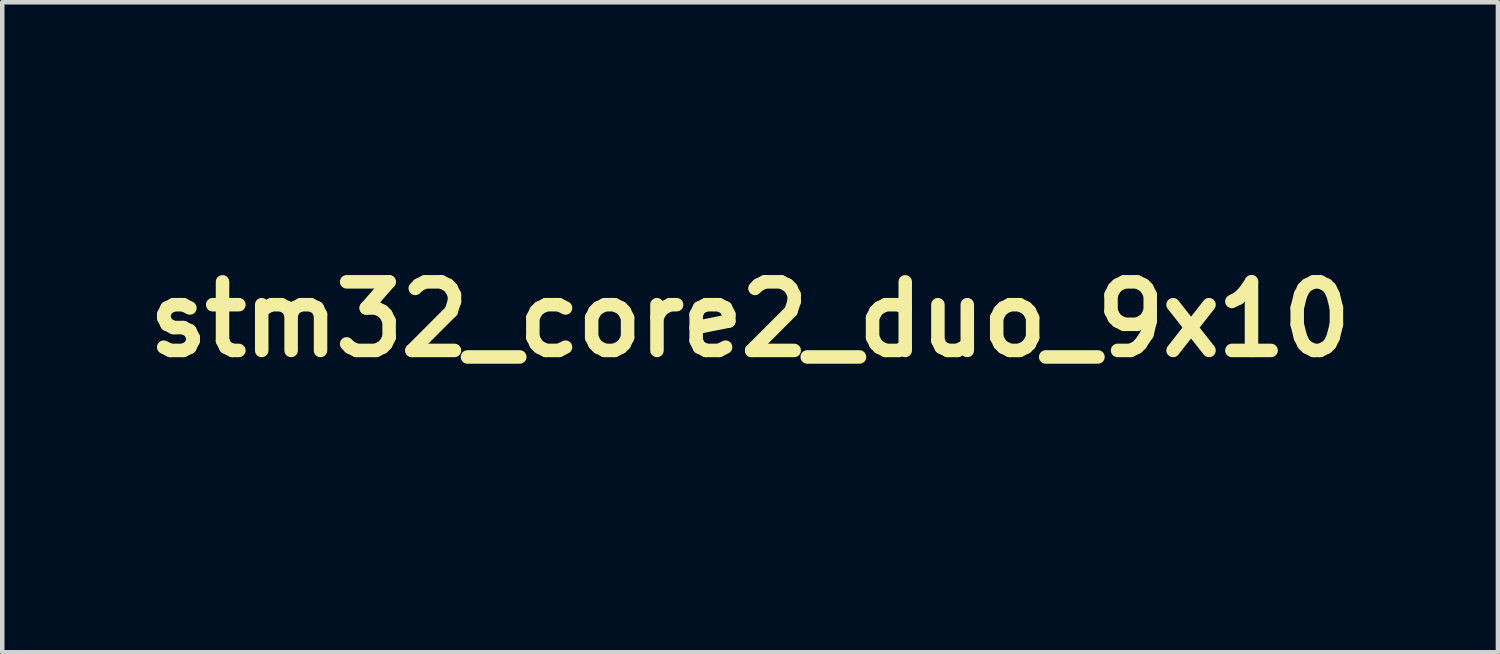
<source format=kicad_pcb>
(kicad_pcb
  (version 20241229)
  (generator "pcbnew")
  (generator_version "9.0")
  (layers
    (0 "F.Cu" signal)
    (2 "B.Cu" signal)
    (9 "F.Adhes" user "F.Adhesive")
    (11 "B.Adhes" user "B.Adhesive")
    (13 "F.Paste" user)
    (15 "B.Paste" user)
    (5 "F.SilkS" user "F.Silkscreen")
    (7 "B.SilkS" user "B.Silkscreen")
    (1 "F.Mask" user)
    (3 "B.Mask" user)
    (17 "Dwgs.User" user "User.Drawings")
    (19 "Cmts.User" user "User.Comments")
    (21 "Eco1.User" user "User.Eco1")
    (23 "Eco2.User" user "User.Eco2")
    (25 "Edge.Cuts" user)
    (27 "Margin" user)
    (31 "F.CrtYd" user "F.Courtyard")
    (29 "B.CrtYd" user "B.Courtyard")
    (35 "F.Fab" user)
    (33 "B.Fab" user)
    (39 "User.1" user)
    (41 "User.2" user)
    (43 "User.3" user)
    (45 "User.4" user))
  (footprint "stm32_core2_duo_9x10"
    (layer "F.Cu")
    (at 13.614 4.046)
    (property "Reference" "stm32_core2_duo_9x10" (at 0 0 0) (layer "F.SilkS") (effects (font (size 1.524 1.524) (thickness 0.3))))
    (attr through_hole)
    (fp_poly (pts (xy -2.116 -2.982) (xy -2.112 -2.926) (xy -2.119 -2.913) (xy -2.135 -2.924) (xy -2.138 -2.96) (xy -2.129 -2.999) (xy -2.116 -2.982)) (stroke (width 0.01) (type solid)) (fill yes) (layer "F.Mask"))
    (fp_poly (pts (xy 2.889 3.458) (xy 2.902 3.465) (xy 2.924 3.508) (xy 2.919 3.522) (xy 2.865 3.554) (xy 2.799 3.542) (xy 2.776 3.519) (xy 2.781 3.481) (xy 2.829 3.456) (xy 2.889 3.458)) (stroke (width 0.01) (type solid)) (fill yes) (layer "F.Mask"))
    (fp_poly (pts (xy 2.461 3.456) (xy 2.479 3.496) (xy 2.474 3.574) (xy 2.456 3.661) (xy 2.417 3.696) (xy 2.369 3.701) (xy 2.304 3.691) (xy 2.293 3.647) (xy 2.299 3.619) (xy 2.317 3.535) (xy 2.322 3.493) (xy 2.353 3.457) (xy 2.406 3.447) (xy 2.461 3.456)) (stroke (width 0.01) (type solid)) (fill yes) (layer "F.Mask"))
    (fp_poly (pts (xy 0.493 0.849) (xy 0.502 0.89) (xy 0.475 0.927) (xy 0.443 0.987) (xy 0.425 1.052) (xy 0.414 1.102) (xy 0.408 1.087) (xy 0.404 1.025) (xy 0.391 0.945) (xy 0.366 0.907) (xy 0.363 0.907) (xy 0.328 0.88) (xy 0.327 0.871) (xy 0.358 0.844) (xy 0.417 0.835) (xy 0.493 0.849)) (stroke (width 0.01) (type solid)) (fill yes) (layer "F.Mask"))
    (fp_poly (pts (xy -0.834 1.022) (xy -0.791 1.055) (xy -0.756 1.074) (xy -0.682 1.05) (xy -0.576 1.023) (xy -0.503 1.046) (xy -0.477 1.113) (xy -0.478 1.133) (xy -0.51 1.196) (xy -0.594 1.237) (xy -0.625 1.245) (xy -0.76 1.277) (xy -0.78 2.05) (xy -0.896 2.061) (xy -1.012 2.073) (xy -1.023 1.603) (xy -1.026 1.422) (xy -1.027 1.263) (xy -1.026 1.143) (xy -1.023 1.078) (xy -1.022 1.075) (xy -0.984 1.035) (xy -0.91 1.016) (xy -0.834 1.022)) (stroke (width 0.01) (type solid)) (fill yes) (layer "F.Mask"))
    (fp_poly (pts (xy 0.619 0.865) (xy 0.656 0.912) (xy 0.69 0.965) (xy 0.716 0.956) (xy 0.732 0.931) (xy 0.779 0.876) (xy 0.815 0.889) (xy 0.833 0.966) (xy 0.835 1) (xy 0.826 1.083) (xy 0.802 1.108) (xy 0.798 1.106) (xy 0.778 1.06) (xy 0.785 1.041) (xy 0.789 1.02) (xy 0.76 1.043) (xy 0.693 1.086) (xy 0.656 1.062) (xy 0.65 1.025) (xy 0.642 0.997) (xy 0.624 1.04) (xy 0.622 1.046) (xy 0.595 1.1) (xy 0.571 1.104) (xy 0.549 1.046) (xy 0.546 0.96) (xy 0.56 0.883) (xy 0.579 0.854) (xy 0.619 0.865)) (stroke (width 0.01) (type solid)) (fill yes) (layer "F.Mask"))
    (fp_poly (pts (xy -2.651 2.333) (xy -2.533 2.368) (xy -2.453 2.443) (xy -2.41 2.524) (xy -2.362 2.703) (xy -2.362 2.883) (xy -2.405 3.046) (xy -2.487 3.175) (xy -2.592 3.249) (xy -2.726 3.288) (xy -2.863 3.3) (xy -2.974 3.285) (xy -3.004 3.271) (xy -3.024 3.237) (xy -3.037 3.16) (xy -3.042 3.031) (xy -3.041 2.841) (xy -3.04 2.791) (xy -3.032 2.431) (xy -2.903 2.431) (xy -2.903 3.157) (xy -2.76 3.157) (xy -2.645 3.143) (xy -2.573 3.093) (xy -2.56 3.076) (xy -2.522 2.976) (xy -2.505 2.837) (xy -2.509 2.69) (xy -2.535 2.563) (xy -2.56 2.512) (xy -2.627 2.453) (xy -2.73 2.432) (xy -2.76 2.431) (xy -2.903 2.431) (xy -3.032 2.431) (xy -3.03 2.34) (xy -2.822 2.33) (xy -2.651 2.333)) (stroke (width 0.01) (type solid)) (fill yes) (layer "F.Mask"))
    (fp_poly (pts (xy 1.327 -4.036) (xy 1.6 -4.017) (xy 1.836 -3.981) (xy 2.05 -3.926) (xy 2.26 -3.848) (xy 2.413 -3.778) (xy 2.703 -3.607) (xy 2.929 -3.405) (xy 3.089 -3.174) (xy 3.109 -3.133) (xy 3.165 -2.973) (xy 3.204 -2.786) (xy 3.221 -2.598) (xy 3.215 -2.438) (xy 3.203 -2.383) (xy 3.173 -2.281) (xy 3.126 -2.41) (xy 3.068 -2.531) (xy 2.992 -2.644) (xy 2.99 -2.647) (xy 2.925 -2.748) (xy 2.865 -2.878) (xy 2.848 -2.929) (xy 2.749 -3.142) (xy 2.587 -3.337) (xy 2.372 -3.506) (xy 2.114 -3.641) (xy 2.014 -3.678) (xy 1.752 -3.749) (xy 1.421 -3.805) (xy 1.021 -3.847) (xy 0.555 -3.874) (xy 0.435 -3.878) (xy -0.272 -3.901) (xy 0.073 -3.971) (xy 0.266 -4.004) (xy 0.473 -4.026) (xy 0.714 -4.038) (xy 0.998 -4.041) (xy 1.327 -4.036)) (stroke (width 0.01) (type solid)) (fill yes) (layer "F.Mask"))
    (fp_poly (pts (xy -1.743 2.582) (xy -1.722 2.607) (xy -1.711 2.667) (xy -1.706 2.775) (xy -1.705 2.901) (xy -1.709 3.047) (xy -1.718 3.164) (xy -1.732 3.234) (xy -1.739 3.246) (xy -1.793 3.263) (xy -1.889 3.282) (xy -1.935 3.289) (xy -2.045 3.297) (xy -2.117 3.279) (xy -2.186 3.224) (xy -2.192 3.217) (xy -2.241 3.161) (xy -2.269 3.1) (xy -2.282 3.012) (xy -2.286 2.877) (xy -2.286 2.85) (xy -2.284 2.71) (xy -2.276 2.628) (xy -2.259 2.589) (xy -2.227 2.577) (xy -2.215 2.576) (xy -2.179 2.584) (xy -2.156 2.615) (xy -2.143 2.686) (xy -2.135 2.811) (xy -2.133 2.857) (xy -2.123 3.139) (xy -1.987 3.15) (xy -1.851 3.161) (xy -1.851 2.869) (xy -1.849 2.723) (xy -1.842 2.636) (xy -1.826 2.592) (xy -1.798 2.577) (xy -1.778 2.576) (xy -1.743 2.582)) (stroke (width 0.01) (type solid)) (fill yes) (layer "F.Mask"))
    (fp_poly (pts (xy -1.296 2.554) (xy -1.17 2.603) (xy -1.092 2.697) (xy -1.056 2.843) (xy -1.052 2.927) (xy -1.059 3.056) (xy -1.086 3.142) (xy -1.141 3.212) (xy -1.141 3.213) (xy -1.256 3.288) (xy -1.376 3.291) (xy -1.498 3.223) (xy -1.527 3.196) (xy -1.597 3.109) (xy -1.628 3.016) (xy -1.633 2.921) (xy -1.63 2.882) (xy -1.481 2.882) (xy -1.479 2.997) (xy -1.461 3.084) (xy -1.449 3.105) (xy -1.372 3.15) (xy -1.281 3.148) (xy -1.208 3.101) (xy -1.199 3.087) (xy -1.163 2.97) (xy -1.169 2.853) (xy -1.209 2.754) (xy -1.276 2.688) (xy -1.362 2.674) (xy -1.387 2.681) (xy -1.44 2.714) (xy -1.468 2.779) (xy -1.481 2.882) (xy -1.63 2.882) (xy -1.623 2.8) (xy -1.584 2.712) (xy -1.523 2.642) (xy -1.44 2.571) (xy -1.368 2.547) (xy -1.296 2.554)) (stroke (width 0.01) (type solid)) (fill yes) (layer "F.Mask"))
    (fp_poly (pts (xy -1.432 1.064) (xy -1.311 1.161) (xy -1.257 1.247) (xy -1.208 1.412) (xy -1.198 1.596) (xy -1.226 1.77) (xy -1.28 1.89) (xy -1.406 2.026) (xy -1.553 2.093) (xy -1.72 2.09) (xy -1.839 2.052) (xy -1.948 1.986) (xy -2.019 1.893) (xy -2.058 1.76) (xy -2.072 1.57) (xy -2.072 1.563) (xy -2.072 1.529) (xy -1.837 1.529) (xy -1.831 1.66) (xy -1.792 1.775) (xy -1.771 1.805) (xy -1.697 1.845) (xy -1.601 1.847) (xy -1.517 1.812) (xy -1.489 1.78) (xy -1.467 1.703) (xy -1.453 1.588) (xy -1.451 1.532) (xy -1.471 1.378) (xy -1.529 1.28) (xy -1.619 1.241) (xy -1.685 1.248) (xy -1.76 1.301) (xy -1.812 1.402) (xy -1.837 1.529) (xy -2.072 1.529) (xy -2.07 1.408) (xy -2.055 1.303) (xy -2.022 1.227) (xy -2.005 1.202) (xy -1.881 1.087) (xy -1.734 1.026) (xy -1.578 1.019) (xy -1.432 1.064)) (stroke (width 0.01) (type solid)) (fill yes) (layer "F.Mask"))
    (fp_poly (pts (xy -2.312 0.698) (xy -2.222 0.725) (xy -2.184 0.777) (xy -2.183 0.839) (xy -2.198 0.892) (xy -2.236 0.915) (xy -2.319 0.917) (xy -2.36 0.914) (xy -2.531 0.916) (xy -2.648 0.955) (xy -2.723 1.036) (xy -2.76 1.132) (xy -2.784 1.279) (xy -2.786 1.442) (xy -2.769 1.598) (xy -2.734 1.724) (xy -2.701 1.781) (xy -2.646 1.822) (xy -2.563 1.843) (xy -2.432 1.85) (xy -2.407 1.851) (xy -2.282 1.852) (xy -2.213 1.862) (xy -2.184 1.885) (xy -2.177 1.93) (xy -2.177 1.939) (xy -2.185 2.006) (xy -2.22 2.048) (xy -2.296 2.073) (xy -2.428 2.09) (xy -2.441 2.091) (xy -2.598 2.093) (xy -2.723 2.059) (xy -2.755 2.043) (xy -2.876 1.965) (xy -2.958 1.871) (xy -3.009 1.745) (xy -3.035 1.572) (xy -3.042 1.453) (xy -3.036 1.191) (xy -2.992 0.989) (xy -2.907 0.842) (xy -2.779 0.747) (xy -2.602 0.698) (xy -2.462 0.69) (xy -2.312 0.698)) (stroke (width 0.01) (type solid)) (fill yes) (layer "F.Mask"))
    (fp_poly (pts (xy 1.675 0.703) (xy 1.813 0.784) (xy 1.849 0.822) (xy 1.913 0.946) (xy 1.913 1.073) (xy 1.845 1.206) (xy 1.709 1.348) (xy 1.524 1.488) (xy 1.391 1.585) (xy 1.312 1.665) (xy 1.276 1.742) (xy 1.27 1.799) (xy 1.286 1.825) (xy 1.341 1.841) (xy 1.448 1.849) (xy 1.574 1.851) (xy 1.724 1.852) (xy 1.816 1.859) (xy 1.867 1.875) (xy 1.891 1.904) (xy 1.898 1.927) (xy 1.905 2.031) (xy 1.859 2.086) (xy 1.77 2.096) (xy 1.684 2.09) (xy 1.55 2.084) (xy 1.393 2.078) (xy 1.339 2.076) (xy 1.016 2.066) (xy 1.016 1.915) (xy 1.05 1.709) (xy 1.154 1.521) (xy 1.328 1.353) (xy 1.366 1.324) (xy 1.515 1.216) (xy 1.61 1.137) (xy 1.659 1.076) (xy 1.669 1.023) (xy 1.648 0.968) (xy 1.636 0.948) (xy 1.595 0.921) (xy 1.507 0.907) (xy 1.366 0.905) (xy 1.163 0.916) (xy 1.125 0.919) (xy 1.051 0.905) (xy 1.033 0.871) (xy 1.048 0.798) (xy 1.11 0.744) (xy 1.229 0.703) (xy 1.288 0.689) (xy 1.497 0.671) (xy 1.675 0.703)) (stroke (width 0.01) (type solid)) (fill yes) (layer "F.Mask"))
    (fp_poly (pts (xy 0.109 1.031) (xy 0.257 1.091) (xy 0.329 1.152) (xy 0.388 1.244) (xy 0.435 1.363) (xy 0.461 1.482) (xy 0.461 1.575) (xy 0.452 1.599) (xy 0.409 1.614) (xy 0.311 1.626) (xy 0.177 1.632) (xy 0.125 1.633) (xy -0.039 1.637) (xy -0.139 1.651) (xy -0.181 1.681) (xy -0.174 1.73) (xy -0.136 1.788) (xy -0.084 1.825) (xy 0.015 1.847) (xy 0.163 1.858) (xy 0.296 1.865) (xy 0.372 1.877) (xy 0.407 1.899) (xy 0.417 1.938) (xy 0.417 1.958) (xy 0.393 2.036) (xy 0.327 2.072) (xy 0.166 2.097) (xy -0.006 2.092) (xy -0.151 2.059) (xy -0.163 2.054) (xy -0.289 1.981) (xy -0.368 1.886) (xy -0.412 1.751) (xy -0.429 1.599) (xy -0.425 1.423) (xy -0.181 1.423) (xy -0.149 1.439) (xy -0.065 1.45) (xy 0 1.451) (xy 0.116 1.445) (xy 0.172 1.424) (xy 0.181 1.4) (xy 0.151 1.322) (xy 0.078 1.258) (xy -0.001 1.234) (xy -0.067 1.262) (xy -0.135 1.327) (xy -0.178 1.401) (xy -0.181 1.423) (xy -0.425 1.423) (xy -0.424 1.389) (xy -0.38 1.233) (xy -0.292 1.12) (xy -0.211 1.067) (xy -0.055 1.022) (xy 0.109 1.031)) (stroke (width 0.01) (type solid)) (fill yes) (layer "F.Mask"))
    (fp_poly (pts (xy -2.361 -2.806) (xy -2.36 -2.797) (xy -2.379 -2.72) (xy -2.431 -2.613) (xy -2.485 -2.525) (xy -2.651 -2.226) (xy -2.745 -1.912) (xy -2.771 -1.633) (xy -2.741 -1.347) (xy -2.651 -1.097) (xy -2.499 -0.884) (xy -2.285 -0.705) (xy -2.008 -0.561) (xy -1.668 -0.451) (xy -1.417 -0.398) (xy -1.253 -0.378) (xy -1.035 -0.366) (xy -0.785 -0.359) (xy -0.52 -0.36) (xy -0.26 -0.368) (xy -0.024 -0.382) (xy 0.149 -0.4) (xy 0.496 -0.46) (xy 0.861 -0.545) (xy 1.224 -0.65) (xy 1.563 -0.768) (xy 1.856 -0.892) (xy 1.914 -0.921) (xy 2.022 -0.972) (xy 2.106 -1.007) (xy 2.14 -1.016) (xy 2.16 -0.983) (xy 2.174 -0.893) (xy 2.177 -0.799) (xy 2.177 -0.582) (xy 1.968 -0.476) (xy 1.665 -0.344) (xy 1.307 -0.221) (xy 0.913 -0.113) (xy 0.499 -0.025) (xy 0.11 0.035) (xy -0.1 0.053) (xy -0.351 0.064) (xy -0.62 0.067) (xy -0.883 0.062) (xy -1.118 0.05) (xy -1.285 0.032) (xy -1.677 -0.048) (xy -2.03 -0.168) (xy -2.337 -0.323) (xy -2.591 -0.51) (xy -2.788 -0.725) (xy -2.885 -0.886) (xy -2.995 -1.189) (xy -3.035 -1.5) (xy -3.005 -1.815) (xy -2.907 -2.126) (xy -2.742 -2.43) (xy -2.533 -2.697) (xy -2.444 -2.792) (xy -2.392 -2.838) (xy -2.368 -2.841) (xy -2.361 -2.806)) (stroke (width 0.01) (type solid)) (fill yes) (layer "F.Mask"))
    (fp_poly (pts (xy -0.3 -3.857) (xy -0.155 -3.824) (xy -0.016 -3.784) (xy 0.05 -3.76) (xy 0.188 -3.702) (xy 0.11 -3.602) (xy 0.044 -3.512) (xy -0.037 -3.395) (xy -0.081 -3.329) (xy -0.146 -3.233) (xy -0.188 -3.189) (xy -0.223 -3.188) (xy -0.256 -3.213) (xy -0.306 -3.251) (xy -0.331 -3.232) (xy -0.342 -3.202) (xy -0.358 -3.168) (xy -0.387 -3.159) (xy -0.445 -3.176) (xy -0.549 -3.223) (xy -0.586 -3.241) (xy -0.755 -3.307) (xy -0.927 -3.352) (xy -1.086 -3.372) (xy -1.215 -3.366) (xy -1.297 -3.331) (xy -1.303 -3.324) (xy -1.329 -3.277) (xy -1.327 -3.216) (xy -1.296 -3.117) (xy -1.287 -3.093) (xy -1.224 -2.97) (xy -1.134 -2.842) (xy -1.034 -2.732) (xy -0.94 -2.658) (xy -0.908 -2.643) (xy -0.874 -2.619) (xy -0.881 -2.568) (xy -0.898 -2.526) (xy -0.942 -2.366) (xy -0.929 -2.214) (xy -0.861 -2.092) (xy -0.854 -2.085) (xy -0.777 -2.026) (xy -0.681 -2) (xy -0.585 -1.996) (xy -0.468 -2.002) (xy -0.391 -2.03) (xy -0.324 -2.093) (xy -0.313 -2.106) (xy -0.244 -2.216) (xy -0.198 -2.337) (xy -0.196 -2.348) (xy -0.171 -2.48) (xy -0.118 -2.347) (xy -0.069 -2.249) (xy -0.03 -2.216) (xy -0.009 -2.245) (xy -0.015 -2.339) (xy -0.017 -2.347) (xy -0.042 -2.48) (xy 0.089 -2.365) (xy 0.235 -2.261) (xy 0.368 -2.222) (xy 0.498 -2.246) (xy 0.5 -2.246) (xy 0.59 -2.308) (xy 0.677 -2.405) (xy 0.741 -2.511) (xy 0.762 -2.591) (xy 0.746 -2.657) (xy 0.709 -2.742) (xy 0.664 -2.821) (xy 0.625 -2.865) (xy 0.618 -2.868) (xy 0.577 -2.888) (xy 0.535 -2.917) (xy 0.501 -2.95) (xy 0.493 -2.988) (xy 0.513 -3.054) (xy 0.558 -3.155) (xy 0.646 -3.343) (xy 0.739 -3.221) (xy 0.864 -3.028) (xy 0.946 -2.825) (xy 0.993 -2.589) (xy 1.009 -2.389) (xy 1.013 -2.187) (xy 1.003 -2.033) (xy 0.977 -1.902) (xy 0.96 -1.845) (xy 0.822 -1.537) (xy 0.626 -1.269) (xy 0.381 -1.047) (xy 0.093 -0.879) (xy -0.052 -0.822) (xy -0.234 -0.782) (xy -0.456 -0.765) (xy -0.691 -0.77) (xy -0.909 -0.798) (xy -1.042 -0.832) (xy -1.328 -0.966) (xy -1.578 -1.154) (xy -1.785 -1.388) (xy -1.795 -1.404) (xy -1.633 -1.404) (xy -1.602 -1.325) (xy -1.524 -1.28) (xy -1.416 -1.277) (xy -1.364 -1.292) (xy -1.319 -1.344) (xy -1.306 -1.418) (xy -1.326 -1.506) (xy -1.397 -1.568) (xy -1.416 -1.579) (xy -1.484 -1.626) (xy -1.507 -1.666) (xy -1.505 -1.67) (xy -1.461 -1.681) (xy -1.415 -1.661) (xy -1.344 -1.637) (xy -1.31 -1.666) (xy -1.319 -1.722) (xy -1.32 -1.723) (xy -1.27 -1.723) (xy -1.25 -1.675) (xy -1.234 -1.669) (xy -1.213 -1.637) (xy -1.2 -1.554) (xy -1.197 -1.494) (xy -1.193 -1.386) (xy -1.181 -1.311) (xy -1.172 -1.293) (xy -1.123 -1.275) (xy -1.086 -1.324) (xy -1.062 -1.433) (xy -1.059 -1.472) (xy -1.042 -1.604) (xy -1.015 -1.671) (xy -0.985 -1.671) (xy -0.958 -1.602) (xy -0.943 -1.499) (xy -0.924 -1.375) (xy -0.896 -1.298) (xy -0.867 -1.273) (xy -0.843 -1.307) (xy -0.831 -1.403) (xy -0.827 -1.542) (xy -0.791 -1.406) (xy -0.753 -1.307) (xy -0.713 -1.273) (xy -0.677 -1.307) (xy -0.662 -1.349) (xy -0.641 -1.428) (xy -0.611 -1.346) (xy -0.573 -1.279) (xy -0.536 -1.279) (xy -0.506 -1.34) (xy -0.485 -1.457) (xy -0.479 -1.536) (xy -0.475 -1.665) (xy -0.475 -1.666) (xy -0.426 -1.666) (xy -0.409 -1.637) (xy -0.363 -1.655) (xy -0.355 -1.662) (xy -0.294 -1.703) (xy -0.258 -1.682) (xy -0.254 -1.653) (xy -0.282 -1.593) (xy -0.318 -1.565) (xy -0.362 -1.534) (xy -0.341 -1.514) (xy -0.318 -1.504) (xy -0.27 -1.461) (xy -0.255 -1.4) (xy -0.276 -1.353) (xy -0.305 -1.343) (xy -0.362 -1.37) (xy -0.373 -1.388) (xy -0.404 -1.414) (xy -0.417 -1.407) (xy -0.423 -1.363) (xy -0.384 -1.312) (xy -0.321 -1.275) (xy -0.287 -1.27) (xy -0.219 -1.299) (xy -0.18 -1.345) (xy -0.158 -1.43) (xy -0.165 -1.481) (xy -0.186 -1.562) (xy -0.193 -1.633) (xy -0.109 -1.633) (xy -0.096 -1.608) (xy -0.058 -1.61) (xy -0.032 -1.642) (xy 0.013 -1.695) (xy 0.038 -1.705) (xy 0.071 -1.68) (xy 0.066 -1.618) (xy 0.028 -1.541) (xy -0.018 -1.488) (xy -0.095 -1.394) (xy -0.108 -1.323) (xy -0.058 -1.28) (xy 0.016 -1.27) (xy 0.106 -1.28) (xy 0.161 -1.303) (xy 0.163 -1.306) (xy 0.149 -1.332) (xy 0.077 -1.342) (xy 0.068 -1.343) (xy -0.05 -1.343) (xy 0.05 -1.447) (xy 0.12 -1.547) (xy 0.144 -1.643) (xy 0.125 -1.719) (xy 0.063 -1.758) (xy 0.04 -1.76) (xy -0.035 -1.739) (xy -0.091 -1.689) (xy -0.109 -1.633) (xy -0.193 -1.633) (xy -0.195 -1.651) (xy -0.225 -1.738) (xy -0.289 -1.776) (xy -0.366 -1.755) (xy -0.398 -1.724) (xy -0.426 -1.666) (xy -0.475 -1.666) (xy -0.48 -1.737) (xy -0.499 -1.769) (xy -0.538 -1.778) (xy -0.559 -1.778) (xy -0.622 -1.766) (xy -0.658 -1.716) (xy -0.676 -1.642) (xy -0.703 -1.506) (xy -0.768 -1.771) (xy -1.019 -1.774) (xy -1.156 -1.772) (xy -1.234 -1.761) (xy -1.267 -1.738) (xy -1.27 -1.723) (xy -1.32 -1.723) (xy -1.369 -1.767) (xy -1.453 -1.778) (xy -1.539 -1.758) (xy -1.595 -1.708) (xy -1.616 -1.611) (xy -1.568 -1.532) (xy -1.504 -1.493) (xy -1.43 -1.442) (xy -1.422 -1.39) (xy -1.452 -1.361) (xy -1.493 -1.368) (xy -1.51 -1.395) (xy -1.551 -1.441) (xy -1.602 -1.448) (xy -1.632 -1.414) (xy -1.633 -1.404) (xy -1.795 -1.404) (xy -1.944 -1.656) (xy -2.049 -1.949) (xy -2.094 -2.257) (xy -2.072 -2.568) (xy -2.072 -2.569) (xy -2.005 -2.807) (xy -1.899 -3.048) (xy -1.766 -3.267) (xy -1.619 -3.439) (xy -1.614 -3.444) (xy -1.376 -3.622) (xy -1.104 -3.757) (xy -0.815 -3.843) (xy -0.527 -3.875) (xy -0.3 -3.857)) (stroke (width 0.01) (type solid)) (fill yes) (layer "F.Mask"))
    (fp_poly (pts (xy -3.505 -0.865) (xy -3.467 -0.808) (xy -3.412 -0.71) (xy -3.402 -0.69) (xy -3.211 -0.395) (xy -2.963 -0.137) (xy -2.662 0.083) (xy -2.313 0.263) (xy -1.92 0.405) (xy -1.488 0.508) (xy -1.022 0.57) (xy -0.526 0.592) (xy -0.006 0.573) (xy 0.535 0.513) (xy 1.091 0.412) (xy 1.658 0.268) (xy 2.231 0.081) (xy 2.74 -0.119) (xy 3.105 -0.283) (xy 3.407 -0.437) (xy 3.656 -0.584) (xy 3.671 -0.594) (xy 3.767 -0.657) (xy 3.791 -0.392) (xy 3.795 -0.307) (xy 3.798 -0.157) (xy 3.801 0.051) (xy 3.803 0.309) (xy 3.805 0.609) (xy 3.806 0.945) (xy 3.805 1.309) (xy 3.804 1.692) (xy 3.803 1.984) (xy 3.801 2.428) (xy 3.798 2.806) (xy 3.796 3.122) (xy 3.793 3.383) (xy 3.79 3.595) (xy 3.786 3.763) (xy 3.781 3.893) (xy 3.774 3.991) (xy 3.766 4.062) (xy 3.757 4.112) (xy 3.745 4.148) (xy 3.732 4.174) (xy 3.716 4.197) (xy 3.637 4.283) (xy 3.553 4.344) (xy 3.553 4.345) (xy 3.521 4.353) (xy 3.457 4.36) (xy 3.357 4.366) (xy 3.218 4.371) (xy 3.035 4.376) (xy 2.806 4.38) (xy 2.527 4.383) (xy 2.193 4.385) (xy 1.803 4.387) (xy 1.351 4.389) (xy 0.834 4.389) (xy 0.25 4.39) (xy 0.109 4.39) (xy -0.461 4.39) (xy -0.964 4.39) (xy -1.402 4.389) (xy -1.782 4.389) (xy -2.107 4.387) (xy -2.381 4.386) (xy -2.61 4.383) (xy -2.798 4.38) (xy -2.95 4.377) (xy -3.069 4.372) (xy -3.161 4.366) (xy -3.229 4.36) (xy -3.279 4.352) (xy -3.314 4.343) (xy -3.34 4.333) (xy -3.356 4.324) (xy -3.467 4.233) (xy -3.529 4.116) (xy -3.551 3.956) (xy -3.549 3.867) (xy -3.542 3.736) (xy 0.985 3.736) (xy 0.999 3.774) (xy 1.028 3.754) (xy 1.033 3.742) (xy 1.165 3.742) (xy 1.171 3.768) (xy 1.195 3.774) (xy 1.213 3.774) (xy 1.255 3.738) (xy 1.286 3.635) (xy 1.29 3.61) (xy 1.312 3.506) (xy 1.344 3.458) (xy 1.388 3.447) (xy 1.432 3.455) (xy 1.449 3.49) (xy 1.444 3.572) (xy 1.439 3.61) (xy 1.43 3.715) (xy 1.442 3.765) (xy 1.466 3.774) (xy 1.499 3.742) (xy 1.5 3.737) (xy 1.615 3.737) (xy 1.631 3.761) (xy 1.707 3.773) (xy 1.737 3.774) (xy 1.838 3.765) (xy 1.889 3.733) (xy 1.901 3.708) (xy 2.005 3.708) (xy 2.014 3.761) (xy 2.043 3.774) (xy 2.083 3.74) (xy 2.112 3.638) (xy 2.115 3.62) (xy 2.213 3.62) (xy 2.222 3.712) (xy 2.259 3.757) (xy 2.342 3.773) (xy 2.396 3.774) (xy 2.529 3.774) (xy 2.547 3.664) (xy 2.652 3.664) (xy 2.679 3.737) (xy 2.754 3.769) (xy 2.829 3.774) (xy 2.92 3.766) (xy 2.972 3.746) (xy 2.975 3.737) (xy 2.944 3.712) (xy 2.868 3.701) (xy 2.867 3.701) (xy 2.78 3.685) (xy 2.758 3.647) (xy 2.785 3.607) (xy 2.871 3.592) (xy 2.887 3.592) (xy 2.973 3.587) (xy 3.006 3.56) (xy 3.005 3.496) (xy 3.005 3.493) (xy 2.97 3.408) (xy 2.888 3.376) (xy 2.775 3.39) (xy 2.705 3.431) (xy 2.668 3.523) (xy 2.665 3.538) (xy 2.652 3.664) (xy 2.547 3.664) (xy 2.571 3.522) (xy 2.596 3.367) (xy 2.602 3.32) (xy 3.048 3.32) (xy 3.053 3.388) (xy 3.062 3.411) (xy 3.078 3.38) (xy 3.093 3.32) (xy 3.096 3.253) (xy 3.088 3.242) (xy 3.205 3.242) (xy 3.207 3.282) (xy 3.243 3.335) (xy 3.292 3.372) (xy 3.306 3.375) (xy 3.337 3.347) (xy 3.338 3.336) (xy 3.317 3.313) (xy 3.306 3.318) (xy 3.268 3.307) (xy 3.251 3.278) (xy 3.247 3.274) (xy 3.354 3.274) (xy 3.366 3.34) (xy 3.391 3.429) (xy 3.404 3.344) (xy 3.406 3.27) (xy 3.396 3.238) (xy 3.363 3.229) (xy 3.354 3.274) (xy 3.247 3.274) (xy 3.221 3.239) (xy 3.205 3.242) (xy 3.088 3.242) (xy 3.079 3.229) (xy 3.056 3.261) (xy 3.048 3.32) (xy 2.602 3.32) (xy 2.608 3.27) (xy 2.609 3.218) (xy 2.597 3.197) (xy 2.577 3.193) (xy 2.543 3.224) (xy 2.519 3.284) (xy 2.483 3.353) (xy 2.408 3.374) (xy 2.392 3.375) (xy 2.291 3.404) (xy 2.231 3.493) (xy 2.213 3.62) (xy 2.115 3.62) (xy 2.12 3.588) (xy 2.13 3.479) (xy 2.13 3.402) (xy 2.124 3.382) (xy 2.087 3.38) (xy 2.052 3.443) (xy 2.022 3.561) (xy 2.016 3.601) (xy 2.005 3.708) (xy 1.901 3.708) (xy 1.906 3.697) (xy 1.907 3.627) (xy 1.854 3.558) (xy 1.827 3.535) (xy 1.724 3.45) (xy 1.821 3.448) (xy 1.902 3.434) (xy 1.943 3.408) (xy 1.93 3.384) (xy 1.849 3.38) (xy 1.827 3.381) (xy 1.731 3.398) (xy 1.686 3.435) (xy 1.676 3.472) (xy 1.696 3.555) (xy 1.74 3.591) (xy 1.804 3.642) (xy 1.802 3.683) (xy 1.735 3.701) (xy 1.726 3.701) (xy 1.649 3.715) (xy 1.615 3.737) (xy 1.5 3.737) (xy 1.528 3.663) (xy 1.548 3.565) (xy 1.555 3.471) (xy 1.542 3.411) (xy 1.494 3.387) (xy 1.405 3.375) (xy 1.38 3.375) (xy 1.297 3.378) (xy 1.251 3.4) (xy 1.224 3.459) (xy 1.2 3.558) (xy 1.175 3.677) (xy 1.165 3.742) (xy 1.033 3.742) (xy 1.061 3.68) (xy 1.086 3.59) (xy 1.111 3.471) (xy 1.121 3.407) (xy 1.114 3.38) (xy 1.09 3.374) (xy 1.07 3.375) (xy 1.024 3.404) (xy 1.016 3.438) (xy 1.01 3.515) (xy 0.995 3.622) (xy 0.993 3.638) (xy 0.985 3.736) (xy -3.542 3.736) (xy -3.538 3.655) (xy -3.139 3.644) (xy -2.583 3.622) (xy -2.083 3.586) (xy -1.622 3.534) (xy -1.186 3.463) (xy -0.758 3.372) (xy -0.346 3.263) (xy 1.059 3.263) (xy 1.069 3.297) (xy 1.091 3.295) (xy 1.108 3.281) (xy 2.08 3.281) (xy 2.12 3.302) (xy 2.17 3.273) (xy 2.177 3.245) (xy 2.156 3.202) (xy 2.134 3.201) (xy 2.086 3.238) (xy 2.08 3.281) (xy 1.108 3.281) (xy 1.146 3.249) (xy 1.154 3.232) (xy 1.144 3.198) (xy 1.123 3.2) (xy 1.068 3.246) (xy 1.059 3.263) (xy -0.346 3.263) (xy -0.323 3.257) (xy -0.145 3.205) (xy 0.019 3.154) (xy 0.178 3.101) (xy 0.304 3.056) (xy 0.327 3.047) (xy 0.466 2.997) (xy 0.611 2.95) (xy 0.645 2.941) (xy 0.743 2.905) (xy 0.778 2.87) (xy 0.776 2.859) (xy 0.773 2.836) (xy 0.789 2.843) (xy 0.837 2.838) (xy 0.931 2.804) (xy 1.053 2.749) (xy 1.1 2.725) (xy 1.227 2.663) (xy 1.327 2.62) (xy 1.386 2.602) (xy 1.394 2.604) (xy 1.414 2.597) (xy 1.415 2.582) (xy 1.439 2.542) (xy 1.451 2.54) (xy 1.493 2.521) (xy 1.577 2.473) (xy 1.688 2.404) (xy 1.807 2.328) (xy 1.917 2.254) (xy 2.002 2.192) (xy 2.015 2.183) (xy 2.079 2.166) (xy 2.101 2.17) (xy 2.133 2.166) (xy 2.126 2.146) (xy 2.127 2.109) (xy 2.144 2.105) (xy 2.196 2.08) (xy 2.265 2.02) (xy 2.269 2.016) (xy 2.33 1.962) (xy 2.37 1.948) (xy 2.373 1.95) (xy 2.391 1.94) (xy 2.395 1.909) (xy 2.409 1.866) (xy 2.427 1.866) (xy 2.465 1.85) (xy 2.539 1.789) (xy 2.638 1.693) (xy 2.751 1.573) (xy 2.87 1.441) (xy 2.983 1.307) (xy 3.08 1.182) (xy 3.121 1.124) (xy 3.255 0.907) (xy 3.391 0.654) (xy 3.515 0.394) (xy 3.611 0.156) (xy 3.622 0.124) (xy 3.676 -0.057) (xy 3.712 -0.223) (xy 3.728 -0.361) (xy 3.723 -0.455) (xy 3.704 -0.488) (xy 3.658 -0.482) (xy 3.56 -0.448) (xy 3.425 -0.392) (xy 3.264 -0.318) (xy 3.219 -0.296) (xy 2.844 -0.117) (xy 2.512 0.03) (xy 2.202 0.152) (xy 1.897 0.257) (xy 1.576 0.35) (xy 1.221 0.439) (xy 1.161 0.454) (xy 0.838 0.526) (xy 0.563 0.579) (xy 0.314 0.616) (xy 0.069 0.639) (xy -0.193 0.651) (xy -0.486 0.655) (xy -0.702 0.651) (xy -0.93 0.638) (xy -1.161 0.619) (xy -1.38 0.595) (xy -1.577 0.567) (xy -1.739 0.537) (xy -1.855 0.506) (xy -1.913 0.477) (xy -1.917 0.471) (xy -1.951 0.45) (xy -1.961 0.454) (xy -2.004 0.449) (xy -2.094 0.422) (xy -2.212 0.38) (xy -2.339 0.331) (xy -2.455 0.282) (xy -2.541 0.242) (xy -2.576 0.219) (xy -2.62 0.19) (xy -2.685 0.158) (xy -2.787 0.096) (xy -2.917 -0.005) (xy -3.058 -0.131) (xy -3.172 -0.247) (xy -3.243 -0.338) (xy -3.323 -0.46) (xy -3.402 -0.595) (xy -3.467 -0.723) (xy -3.509 -0.825) (xy -3.519 -0.869) (xy -3.505 -0.865)) (stroke (width 0.01) (type solid)) (fill yes) (layer "F.Mask")))
  (gr_rect
    (start -3 -3)
    (end 30.229 11.441)
    (stroke (width 0.1) (type default))
    (fill no)
    (layer "Edge.Cuts")))
</source>
